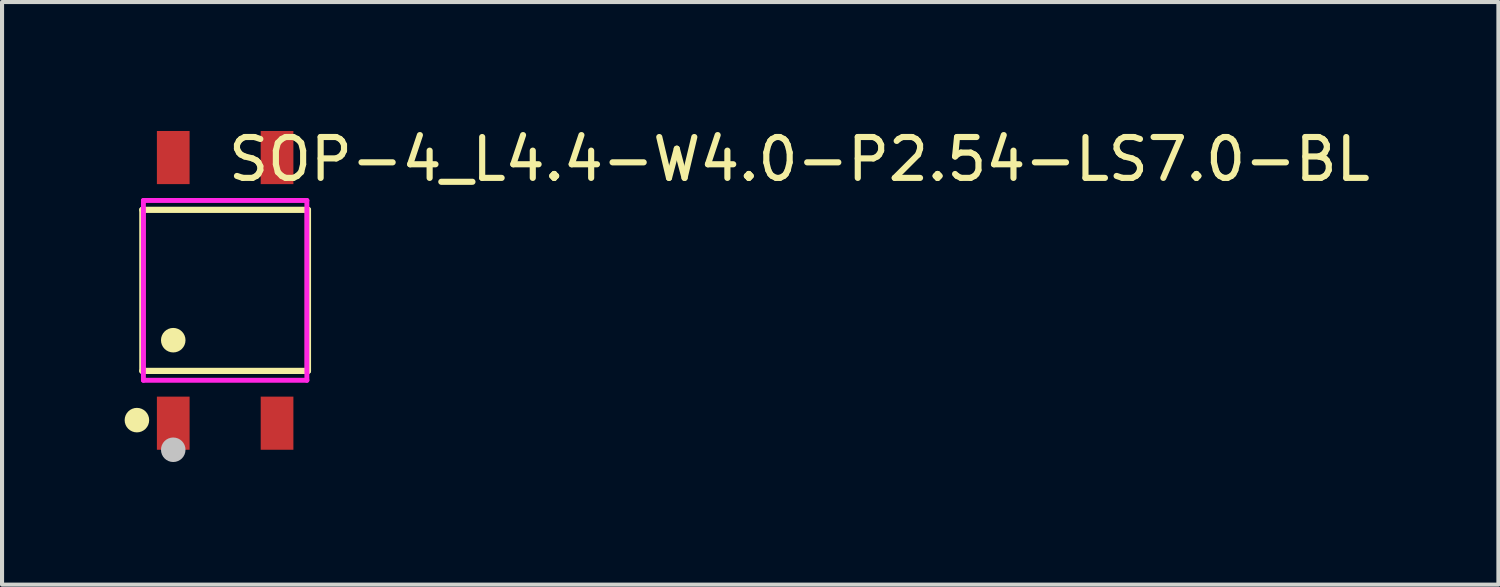
<source format=kicad_pcb>
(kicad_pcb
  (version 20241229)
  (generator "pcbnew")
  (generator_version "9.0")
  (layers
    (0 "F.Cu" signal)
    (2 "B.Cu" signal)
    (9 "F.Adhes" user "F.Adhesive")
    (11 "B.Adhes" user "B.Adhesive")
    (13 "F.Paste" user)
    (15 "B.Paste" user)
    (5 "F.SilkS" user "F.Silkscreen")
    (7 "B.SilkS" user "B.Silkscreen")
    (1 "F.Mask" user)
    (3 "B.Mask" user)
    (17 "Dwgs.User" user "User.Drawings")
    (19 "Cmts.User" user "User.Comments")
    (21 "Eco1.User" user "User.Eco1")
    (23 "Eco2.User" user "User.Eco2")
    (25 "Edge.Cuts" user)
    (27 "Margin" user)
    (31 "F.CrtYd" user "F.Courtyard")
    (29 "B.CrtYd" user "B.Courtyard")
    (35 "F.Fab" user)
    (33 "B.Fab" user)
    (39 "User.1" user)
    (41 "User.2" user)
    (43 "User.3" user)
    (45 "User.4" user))
  (footprint "SOP-4_L4.4-W4.0-P2.54-LS7.0-BL"
    (layer "F.Cu")
    (at 2.459 4.055)
    (property "Reference" "SOP-4_L4.4-W4.0-P2.54-LS7.0-BL" (at 0 -3.207 0) (layer "F.SilkS") (effects (font (size 1 1) (thickness 0.15)) (justify left)))
    (attr through_hole)
    (fp_line (start -2.026 -1.971) (end 2.026 -1.971) (stroke (width 0.152) (type solid)) (layer "F.SilkS"))
    (fp_line (start -2.026 1.971) (end -2.026 -1.971) (stroke (width 0.152) (type solid)) (layer "F.SilkS"))
    (fp_line (start 2.026 -1.971) (end 2.026 1.971) (stroke (width 0.152) (type solid)) (layer "F.SilkS"))
    (fp_line (start 2.026 1.971) (end -2.026 1.971) (stroke (width 0.152) (type solid)) (layer "F.SilkS"))
    (fp_circle (center -2.159 3.175) (end -2.009 3.175) (stroke (width 0.3) (type solid)) (fill no) (layer "F.SilkS"))
    (fp_circle (center -1.27 1.219) (end -1.12 1.219) (stroke (width 0.3) (type solid)) (fill no) (layer "F.SilkS"))
    (fp_circle (center -1.27 3.9) (end -1.12 3.9) (stroke (width 0.3) (type solid)) (fill no) (layer "Dwgs.User"))
    (fp_line (start -1.47 -3.01) (end -1.47 -2.19) (stroke (width 0.12) (type solid)) (layer "Eco2.User"))
    (fp_line (start -1.47 -2.19) (end -1.07 -2.19) (stroke (width 0.12) (type solid)) (layer "Eco2.User"))
    (fp_line (start -1.47 2.19) (end -1.07 2.19) (stroke (width 0.12) (type solid)) (layer "Eco2.User"))
    (fp_line (start -1.47 3.01) (end -1.47 2.19) (stroke (width 0.12) (type solid)) (layer "Eco2.User"))
    (fp_line (start -1.07 -3.01) (end -1.47 -3.01) (stroke (width 0.12) (type solid)) (layer "Eco2.User"))
    (fp_line (start -1.07 -2.19) (end -1.07 -3.01) (stroke (width 0.12) (type solid)) (layer "Eco2.User"))
    (fp_line (start -1.07 2.19) (end -1.07 3.01) (stroke (width 0.12) (type solid)) (layer "Eco2.User"))
    (fp_line (start -1.07 3.01) (end -1.47 3.01) (stroke (width 0.12) (type solid)) (layer "Eco2.User"))
    (fp_line (start 1.07 -3.01) (end 1.07 -2.19) (stroke (width 0.12) (type solid)) (layer "Eco2.User"))
    (fp_line (start 1.07 -2.19) (end 1.47 -2.19) (stroke (width 0.12) (type solid)) (layer "Eco2.User"))
    (fp_line (start 1.07 2.19) (end 1.47 2.19) (stroke (width 0.12) (type solid)) (layer "Eco2.User"))
    (fp_line (start 1.07 3.01) (end 1.07 2.19) (stroke (width 0.12) (type solid)) (layer "Eco2.User"))
    (fp_line (start 1.47 -3.01) (end 1.07 -3.01) (stroke (width 0.12) (type solid)) (layer "Eco2.User"))
    (fp_line (start 1.47 -2.19) (end 1.47 -3.01) (stroke (width 0.12) (type solid)) (layer "Eco2.User"))
    (fp_line (start 1.47 2.19) (end 1.47 3.01) (stroke (width 0.12) (type solid)) (layer "Eco2.User"))
    (fp_line (start 1.47 3.01) (end 1.07 3.01) (stroke (width 0.12) (type solid)) (layer "Eco2.User"))
    (fp_circle (center -1.95 3.5) (end -1.92 3.5) (stroke (width 0.06) (type solid)) (fill no) (layer "Eco2.User"))
    (fp_poly (pts (xy -1.47 -3.5) (xy -1.47 -3) (xy -1.07 -3) (xy -1.07 -3.5)) (stroke (width 0.12) (type solid)) (fill no) (layer "Eco2.User"))
    (fp_poly (pts (xy -1.47 3.5) (xy -1.47 3) (xy -1.07 3) (xy -1.07 3.5)) (stroke (width 0.12) (type solid)) (fill no) (layer "Eco2.User"))
    (fp_poly (pts (xy 1.07 -3.5) (xy 1.07 -3) (xy 1.47 -3) (xy 1.47 -3.5)) (stroke (width 0.12) (type solid)) (fill no) (layer "Eco2.User"))
    (fp_poly (pts (xy 1.07 3.5) (xy 1.07 3) (xy 1.47 3) (xy 1.47 3.5)) (stroke (width 0.12) (type solid)) (fill no) (layer "Eco2.User"))
    (fp_line (start -2 -2.2) (end 2 -2.2) (stroke (width 0.12) (type solid)) (layer "F.CrtYd"))
    (fp_line (start -2 2.2) (end -2 -2.2) (stroke (width 0.12) (type solid)) (layer "F.CrtYd"))
    (fp_line (start 2 -2.2) (end 2 2.2) (stroke (width 0.12) (type solid)) (layer "F.CrtYd"))
    (fp_line (start 2 2.2) (end -2 2.2) (stroke (width 0.12) (type solid)) (layer "F.CrtYd"))
    (pad "1" smd rect (at -1.27 3.25) (size 0.8 1.3) (layers "F.Cu" "F.Mask" "F.Paste"))
    (pad "2" smd rect (at 1.27 3.25) (size 0.8 1.3) (layers "F.Cu" "F.Mask" "F.Paste"))
    (pad "3" smd rect (at 1.27 -3.25) (size 0.8 1.3) (layers "F.Cu" "F.Mask" "F.Paste"))
    (pad "4" smd rect (at -1.27 -3.25) (size 0.8 1.3) (layers "F.Cu" "F.Mask" "F.Paste")))
  (gr_rect
    (start -3 -3)
    (end 33.614 11.255)
    (stroke (width 0.1) (type default))
    (fill no)
    (layer "Edge.Cuts")))
</source>
